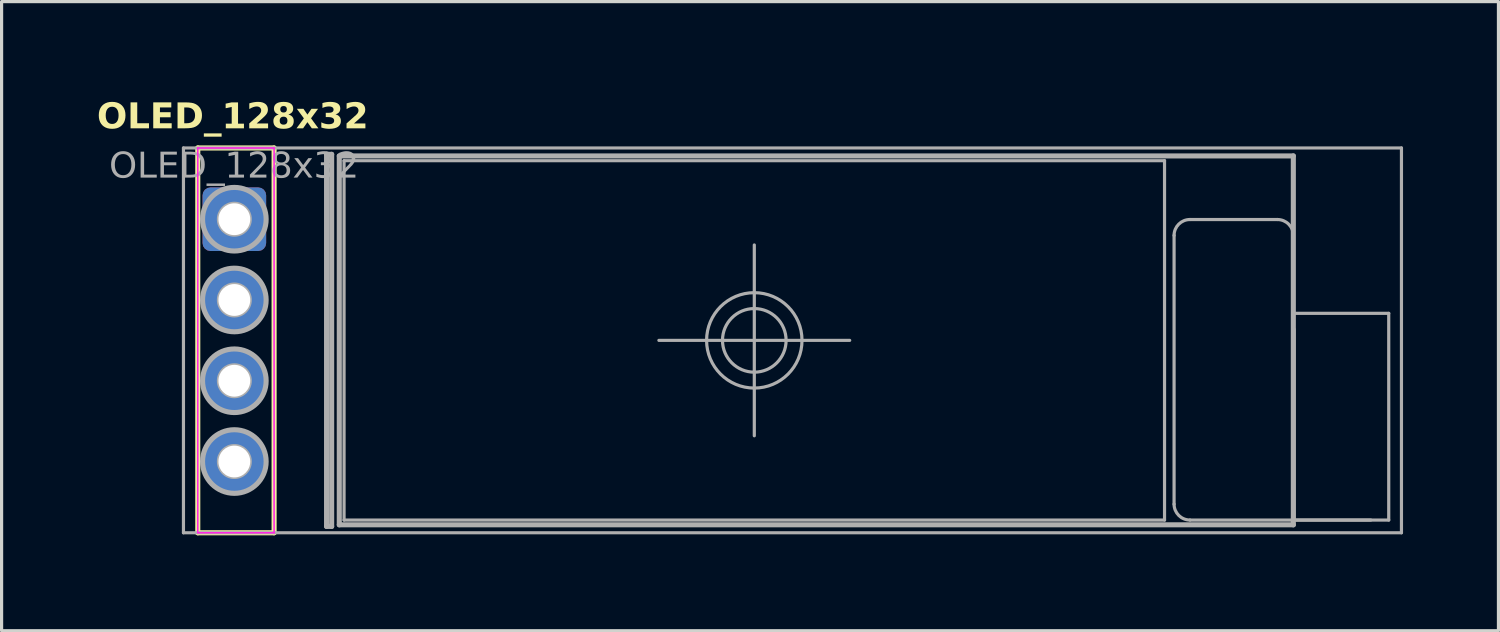
<source format=kicad_pcb>
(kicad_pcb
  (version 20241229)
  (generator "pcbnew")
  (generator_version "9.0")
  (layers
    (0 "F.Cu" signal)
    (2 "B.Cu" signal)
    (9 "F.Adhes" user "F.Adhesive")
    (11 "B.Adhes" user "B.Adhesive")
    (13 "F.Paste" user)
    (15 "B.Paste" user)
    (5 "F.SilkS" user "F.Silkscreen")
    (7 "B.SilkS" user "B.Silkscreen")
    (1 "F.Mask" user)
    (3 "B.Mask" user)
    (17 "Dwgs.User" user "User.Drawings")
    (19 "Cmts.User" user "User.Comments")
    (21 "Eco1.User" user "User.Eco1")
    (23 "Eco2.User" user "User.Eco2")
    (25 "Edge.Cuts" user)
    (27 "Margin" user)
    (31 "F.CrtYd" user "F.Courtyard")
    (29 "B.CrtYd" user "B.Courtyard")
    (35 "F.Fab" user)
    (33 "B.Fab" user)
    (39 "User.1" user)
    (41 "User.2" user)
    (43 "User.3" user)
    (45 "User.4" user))
  (footprint "OLED_128x32"
    (layer "F.Cu")
    (at 21.869 7.653)
    (property "Reference" "OLED_128x32" (at -17.6 -7 0) (layer "F.SilkS") (effects (font (face "PT Mono") (size 0.8 0.8) (thickness 0.16) (bold yes))))
    (attr through_hole)
    (fp_line (start -18.7 -6.05) (end -18.7 6.05) (stroke (width 0.16) (type solid)) (layer "F.SilkS"))
    (fp_line (start -18.7 -6.05) (end -16.3 -6.05) (stroke (width 0.16) (type solid)) (layer "F.SilkS"))
    (fp_line (start -16.3 -6.05) (end -16.3 6.05) (stroke (width 0.16) (type solid)) (layer "F.SilkS"))
    (fp_line (start -16.3 6.05) (end -18.7 6.05) (stroke (width 0.16) (type solid)) (layer "F.SilkS"))
    (fp_line (start -18.7 -6.05) (end -18.7 6.05) (stroke (width 0.05) (type solid)) (layer "F.CrtYd"))
    (fp_line (start -18.7 6.05) (end -16.3 6.05) (stroke (width 0.05) (type solid)) (layer "F.CrtYd"))
    (fp_line (start -16.3 -6.05) (end -18.7 -6.05) (stroke (width 0.05) (type solid)) (layer "F.CrtYd"))
    (fp_line (start -16.3 6.05) (end -16.3 -6.05) (stroke (width 0.05) (type solid)) (layer "F.CrtYd"))
    (fp_line (start -19.15 -6.05) (end -19.15 6.05) (stroke (width 0.1) (type solid)) (layer "F.Fab"))
    (fp_line (start -19.15 6.05) (end 19.15 6.05) (stroke (width 0.1) (type solid)) (layer "F.Fab"))
    (fp_line (start -17.867 -4.128) (end -17.233 -4.128) (stroke (width 0.1) (type solid)) (layer "F.Fab"))
    (fp_line (start -17.867 -3.493) (end -17.867 -4.128) (stroke (width 0.1) (type solid)) (layer "F.Fab"))
    (fp_line (start -17.867 -3.493) (end -17.613 -3.747) (stroke (width 0.1) (type solid)) (layer "F.Fab"))
    (fp_line (start -17.867 -1.587) (end -17.233 -1.587) (stroke (width 0.1) (type solid)) (layer "F.Fab"))
    (fp_line (start -17.867 -0.953) (end -17.867 -1.587) (stroke (width 0.1) (type solid)) (layer "F.Fab"))
    (fp_line (start -17.867 -0.953) (end -17.613 -1.206) (stroke (width 0.1) (type solid)) (layer "F.Fab"))
    (fp_line (start -17.867 0.953) (end -17.233 0.953) (stroke (width 0.1) (type solid)) (layer "F.Fab"))
    (fp_line (start -17.867 1.587) (end -17.867 0.953) (stroke (width 0.1) (type solid)) (layer "F.Fab"))
    (fp_line (start -17.867 1.587) (end -17.613 1.333) (stroke (width 0.1) (type solid)) (layer "F.Fab"))
    (fp_line (start -17.867 3.493) (end -17.233 3.493) (stroke (width 0.1) (type solid)) (layer "F.Fab"))
    (fp_line (start -17.867 4.128) (end -17.867 3.493) (stroke (width 0.1) (type solid)) (layer "F.Fab"))
    (fp_line (start -17.867 4.128) (end -17.613 3.873) (stroke (width 0.1) (type solid)) (layer "F.Fab"))
    (fp_line (start -17.613 -3.873) (end -17.867 -4.128) (stroke (width 0.1) (type solid)) (layer "F.Fab"))
    (fp_line (start -17.613 -3.873) (end -17.613 -3.747) (stroke (width 0.1) (type solid)) (layer "F.Fab"))
    (fp_line (start -17.613 -3.747) (end -17.486 -3.747) (stroke (width 0.1) (type solid)) (layer "F.Fab"))
    (fp_line (start -17.613 -1.333) (end -17.867 -1.587) (stroke (width 0.1) (type solid)) (layer "F.Fab"))
    (fp_line (start -17.613 -1.333) (end -17.613 -1.206) (stroke (width 0.1) (type solid)) (layer "F.Fab"))
    (fp_line (start -17.613 -1.206) (end -17.486 -1.206) (stroke (width 0.1) (type solid)) (layer "F.Fab"))
    (fp_line (start -17.613 1.206) (end -17.867 0.953) (stroke (width 0.1) (type solid)) (layer "F.Fab"))
    (fp_line (start -17.613 1.206) (end -17.613 1.333) (stroke (width 0.1) (type solid)) (layer "F.Fab"))
    (fp_line (start -17.613 1.333) (end -17.486 1.333) (stroke (width 0.1) (type solid)) (layer "F.Fab"))
    (fp_line (start -17.613 3.747) (end -17.867 3.493) (stroke (width 0.1) (type solid)) (layer "F.Fab"))
    (fp_line (start -17.613 3.747) (end -17.613 3.873) (stroke (width 0.1) (type solid)) (layer "F.Fab"))
    (fp_line (start -17.613 3.873) (end -17.486 3.873) (stroke (width 0.1) (type solid)) (layer "F.Fab"))
    (fp_line (start -17.486 -3.873) (end -17.613 -3.873) (stroke (width 0.1) (type solid)) (layer "F.Fab"))
    (fp_line (start -17.486 -3.873) (end -17.233 -4.128) (stroke (width 0.1) (type solid)) (layer "F.Fab"))
    (fp_line (start -17.486 -3.747) (end -17.486 -3.873) (stroke (width 0.1) (type solid)) (layer "F.Fab"))
    (fp_line (start -17.486 -1.333) (end -17.613 -1.333) (stroke (width 0.1) (type solid)) (layer "F.Fab"))
    (fp_line (start -17.486 -1.333) (end -17.233 -1.587) (stroke (width 0.1) (type solid)) (layer "F.Fab"))
    (fp_line (start -17.486 -1.206) (end -17.486 -1.333) (stroke (width 0.1) (type solid)) (layer "F.Fab"))
    (fp_line (start -17.486 1.206) (end -17.613 1.206) (stroke (width 0.1) (type solid)) (layer "F.Fab"))
    (fp_line (start -17.486 1.206) (end -17.233 0.953) (stroke (width 0.1) (type solid)) (layer "F.Fab"))
    (fp_line (start -17.486 1.333) (end -17.486 1.206) (stroke (width 0.1) (type solid)) (layer "F.Fab"))
    (fp_line (start -17.486 3.747) (end -17.613 3.747) (stroke (width 0.1) (type solid)) (layer "F.Fab"))
    (fp_line (start -17.486 3.747) (end -17.233 3.493) (stroke (width 0.1) (type solid)) (layer "F.Fab"))
    (fp_line (start -17.486 3.873) (end -17.486 3.747) (stroke (width 0.1) (type solid)) (layer "F.Fab"))
    (fp_line (start -17.233 -4.128) (end -17.233 -3.493) (stroke (width 0.1) (type solid)) (layer "F.Fab"))
    (fp_line (start -17.233 -3.493) (end -17.867 -3.493) (stroke (width 0.1) (type solid)) (layer "F.Fab"))
    (fp_line (start -17.233 -3.493) (end -17.486 -3.747) (stroke (width 0.1) (type solid)) (layer "F.Fab"))
    (fp_line (start -17.233 -1.587) (end -17.233 -0.953) (stroke (width 0.1) (type solid)) (layer "F.Fab"))
    (fp_line (start -17.233 -0.953) (end -17.867 -0.953) (stroke (width 0.1) (type solid)) (layer "F.Fab"))
    (fp_line (start -17.233 -0.953) (end -17.486 -1.206) (stroke (width 0.1) (type solid)) (layer "F.Fab"))
    (fp_line (start -17.233 0.953) (end -17.233 1.587) (stroke (width 0.1) (type solid)) (layer "F.Fab"))
    (fp_line (start -17.233 1.587) (end -17.867 1.587) (stroke (width 0.1) (type solid)) (layer "F.Fab"))
    (fp_line (start -17.233 1.587) (end -17.486 1.333) (stroke (width 0.1) (type solid)) (layer "F.Fab"))
    (fp_line (start -17.233 3.493) (end -17.233 4.128) (stroke (width 0.1) (type solid)) (layer "F.Fab"))
    (fp_line (start -17.233 4.128) (end -17.867 4.128) (stroke (width 0.1) (type solid)) (layer "F.Fab"))
    (fp_line (start -17.233 4.128) (end -17.486 3.873) (stroke (width 0.1) (type solid)) (layer "F.Fab"))
    (fp_line (start -14.65 -5.85) (end -14.65 5.85) (stroke (width 0.1) (type solid)) (layer "F.Fab"))
    (fp_line (start -14.65 -5.85) (end -14.65 5.85) (stroke (width 0.16) (type solid)) (layer "F.Fab"))
    (fp_line (start -14.65 5.85) (end -14.49 5.85) (stroke (width 0.1) (type solid)) (layer "F.Fab"))
    (fp_line (start -14.65 5.85) (end -14.49 5.85) (stroke (width 0.16) (type solid)) (layer "F.Fab"))
    (fp_line (start -14.49 -5.85) (end -14.65 -5.85) (stroke (width 0.1) (type solid)) (layer "F.Fab"))
    (fp_line (start -14.49 -5.85) (end -14.65 -5.85) (stroke (width 0.16) (type solid)) (layer "F.Fab"))
    (fp_line (start -14.49 5.85) (end -14.49 -5.85) (stroke (width 0.1) (type solid)) (layer "F.Fab"))
    (fp_line (start -14.49 5.85) (end -14.49 -5.85) (stroke (width 0.16) (type solid)) (layer "F.Fab"))
    (fp_line (start -14.25 -5.8) (end -14.25 5.8) (stroke (width 0.1) (type solid)) (layer "F.Fab"))
    (fp_line (start -14.25 -5.8) (end -14.25 5.8) (stroke (width 0.16) (type solid)) (layer "F.Fab"))
    (fp_line (start -14.25 5.8) (end 15.75 5.8) (stroke (width 0.1) (type solid)) (layer "F.Fab"))
    (fp_line (start -14.25 5.8) (end 15.75 5.8) (stroke (width 0.16) (type solid)) (layer "F.Fab"))
    (fp_line (start -14.1 -5.65) (end -14.1 5.65) (stroke (width 0.1) (type solid)) (layer "F.Fab"))
    (fp_line (start -14.1 5.65) (end 11.7 5.65) (stroke (width 0.1) (type solid)) (layer "F.Fab"))
    (fp_line (start -4.2 0) (end 1.8 0) (stroke (width 0.1) (type solid)) (layer "F.Fab"))
    (fp_line (start -1.2 -3) (end -1.2 3) (stroke (width 0.1) (type solid)) (layer "F.Fab"))
    (fp_line (start 11.7 -5.65) (end -14.1 -5.65) (stroke (width 0.1) (type solid)) (layer "F.Fab"))
    (fp_line (start 11.7 5.65) (end 11.7 -5.65) (stroke (width 0.1) (type solid)) (layer "F.Fab"))
    (fp_line (start 12 -3.3) (end 12 5.15) (stroke (width 0.1) (type solid)) (layer "F.Fab"))
    (fp_line (start 12.5 5.65) (end 15.75 5.65) (stroke (width 0.1) (type solid)) (layer "F.Fab"))
    (fp_line (start 15.25 -3.8) (end 12.5 -3.8) (stroke (width 0.1) (type solid)) (layer "F.Fab"))
    (fp_line (start 15.75 -5.8) (end -14.25 -5.8) (stroke (width 0.1) (type solid)) (layer "F.Fab"))
    (fp_line (start 15.75 -5.8) (end -14.25 -5.8) (stroke (width 0.16) (type solid)) (layer "F.Fab"))
    (fp_line (start 15.75 -3.3) (end 15.75 -5.8) (stroke (width 0.1) (type solid)) (layer "F.Fab"))
    (fp_line (start 15.75 -0.85) (end 18.75 -0.85) (stroke (width 0.1) (type solid)) (layer "F.Fab"))
    (fp_line (start 15.75 -0.35) (end 15.75 -3.3) (stroke (width 0.1) (type solid)) (layer "F.Fab"))
    (fp_line (start 15.75 -0.35) (end 15.75 5.65) (stroke (width 0.1) (type solid)) (layer "F.Fab"))
    (fp_line (start 15.75 5.8) (end 15.75 -5.8) (stroke (width 0.16) (type solid)) (layer "F.Fab"))
    (fp_line (start 15.75 5.8) (end 15.75 5.65) (stroke (width 0.1) (type solid)) (layer "F.Fab"))
    (fp_line (start 15.772 -0.35) (end 15.772 5.65) (stroke (width 0.1) (type solid)) (layer "F.Fab"))
    (fp_line (start 15.772 5.65) (end 18.186 5.65) (stroke (width 0.1) (type solid)) (layer "F.Fab"))
    (fp_line (start 15.772 5.65) (end 18.75 5.65) (stroke (width 0.1) (type solid)) (layer "F.Fab"))
    (fp_line (start 18.75 -0.85) (end 18.75 5.65) (stroke (width 0.1) (type solid)) (layer "F.Fab"))
    (fp_line (start 19.15 -6.05) (end -19.15 -6.05) (stroke (width 0.1) (type solid)) (layer "F.Fab"))
    (fp_line (start 19.15 6.05) (end 19.15 -6.05) (stroke (width 0.1) (type solid)) (layer "F.Fab"))
    (fp_arc (start 12 -3.3) (mid 12.146447 -3.653553) (end 12.5 -3.8) (stroke (width 0.1) (type solid)) (layer "F.Fab"))
    (fp_arc (start 12.5 5.65) (mid 12.146447 5.503553) (end 12 5.15) (stroke (width 0.1) (type solid)) (layer "F.Fab"))
    (fp_arc (start 15.25 -3.8) (mid 15.603553 -3.653553) (end 15.75 -3.3) (stroke (width 0.1) (type solid)) (layer "F.Fab"))
    (fp_circle (center -17.55 -3.81) (end -18.55 -3.81) (stroke (width 0.1) (type solid)) (fill no) (layer "F.Fab"))
    (fp_circle (center -17.55 -3.81) (end -18.55 -3.81) (stroke (width 0.16) (type solid)) (fill no) (layer "F.Fab"))
    (fp_circle (center -17.55 -3.81) (end -18.05 -3.81) (stroke (width 0.1) (type solid)) (fill no) (layer "F.Fab"))
    (fp_circle (center -17.55 -1.27) (end -18.55 -1.27) (stroke (width 0.1) (type solid)) (fill no) (layer "F.Fab"))
    (fp_circle (center -17.55 -1.27) (end -18.55 -1.27) (stroke (width 0.16) (type solid)) (fill no) (layer "F.Fab"))
    (fp_circle (center -17.55 -1.27) (end -18.05 -1.27) (stroke (width 0.1) (type solid)) (fill no) (layer "F.Fab"))
    (fp_circle (center -17.55 1.27) (end -18.55 1.27) (stroke (width 0.1) (type solid)) (fill no) (layer "F.Fab"))
    (fp_circle (center -17.55 1.27) (end -18.55 1.27) (stroke (width 0.16) (type solid)) (fill no) (layer "F.Fab"))
    (fp_circle (center -17.55 1.27) (end -18.05 1.27) (stroke (width 0.1) (type solid)) (fill no) (layer "F.Fab"))
    (fp_circle (center -17.55 3.81) (end -18.55 3.81) (stroke (width 0.1) (type solid)) (fill no) (layer "F.Fab"))
    (fp_circle (center -17.55 3.81) (end -18.55 3.81) (stroke (width 0.16) (type solid)) (fill no) (layer "F.Fab"))
    (fp_circle (center -17.55 3.81) (end -18.05 3.81) (stroke (width 0.1) (type solid)) (fill no) (layer "F.Fab"))
    (fp_circle (center -1.2 0) (end -2.7 0) (stroke (width 0.1) (type solid)) (fill no) (layer "F.Fab"))
    (fp_circle (center -1.2 0) (end -2.2 0) (stroke (width 0.1) (type solid)) (fill no) (layer "F.Fab"))
    (fp_text user "${REFERENCE}" (at -17.56 -5.45 0) (layer "F.Fab") (effects (font (face "PT Mono") (size 0.8 0.8) (thickness 0.15))))
    (pad "1" thru_hole roundrect (at -17.55 -3.81) (size 2 2) (drill 1) (layers "*.Cu" "*.Mask") (roundrect_rratio 0.125))
    (pad "2" thru_hole circle (at -17.55 -1.27) (size 2 2) (drill 1) (layers "*.Cu" "*.Mask"))
    (pad "3" thru_hole circle (at -17.55 1.27) (size 2 2) (drill 1) (layers "*.Cu" "*.Mask"))
    (pad "4" thru_hole circle (at -17.55 3.81) (size 2 2) (drill 1) (layers "*.Cu" "*.Mask")))
  (gr_rect
    (start -3 -3)
    (end 44.069 16.783)
    (stroke (width 0.1) (type default))
    (fill no)
    (layer "Edge.Cuts")))
</source>
